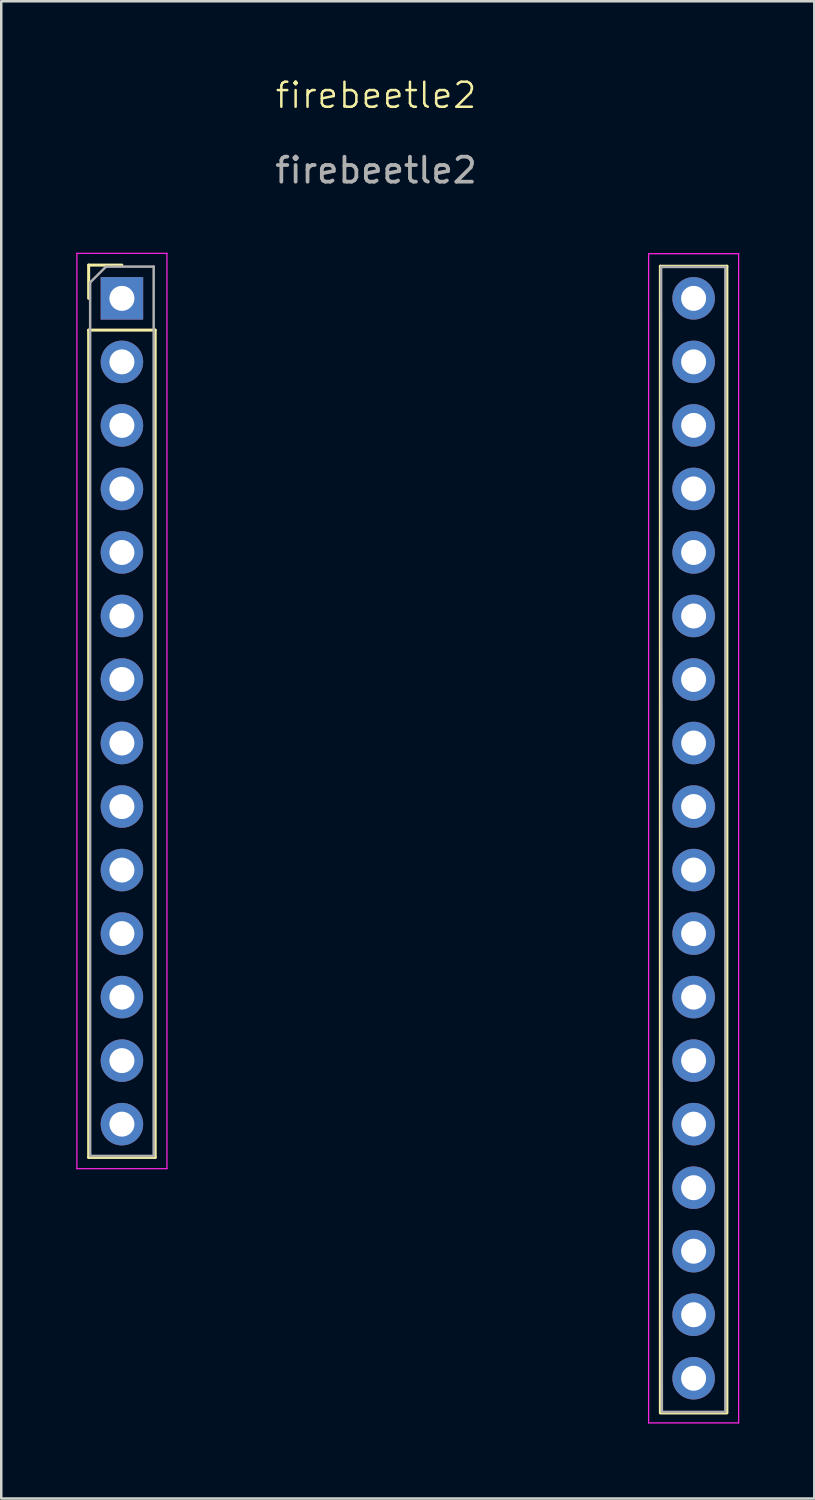
<source format=kicad_pcb>
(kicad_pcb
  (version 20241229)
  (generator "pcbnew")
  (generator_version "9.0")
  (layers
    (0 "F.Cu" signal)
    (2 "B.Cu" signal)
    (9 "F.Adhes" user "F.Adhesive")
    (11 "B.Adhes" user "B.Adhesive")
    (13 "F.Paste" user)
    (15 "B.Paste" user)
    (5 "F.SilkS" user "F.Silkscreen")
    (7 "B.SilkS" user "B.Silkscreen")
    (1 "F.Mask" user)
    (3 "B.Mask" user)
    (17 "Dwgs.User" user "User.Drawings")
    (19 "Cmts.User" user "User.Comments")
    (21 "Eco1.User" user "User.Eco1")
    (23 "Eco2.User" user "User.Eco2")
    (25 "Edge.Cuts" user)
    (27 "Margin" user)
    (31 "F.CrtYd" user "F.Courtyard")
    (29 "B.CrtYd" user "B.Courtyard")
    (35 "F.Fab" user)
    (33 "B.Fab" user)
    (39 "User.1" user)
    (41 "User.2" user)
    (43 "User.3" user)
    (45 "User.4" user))
  (footprint "firebeetle2"
    (layer "F.Cu")
    (at 11.985 1.26)
    (property "Reference" "firebeetle2" (at 0 -0.5 0) (unlocked yes) (layer "F.SilkS") (effects (font (size 1 1) (thickness 0.1))))
    (attr through_hole)
    (fp_line (start -11.49 6.29) (end -10.16 6.29) (stroke (width 0.12) (type solid)) (layer "F.SilkS"))
    (fp_line (start -11.49 7.62) (end -11.49 6.29) (stroke (width 0.12) (type solid)) (layer "F.SilkS"))
    (fp_line (start -11.49 8.89) (end -11.49 41.97) (stroke (width 0.12) (type solid)) (layer "F.SilkS"))
    (fp_line (start -11.49 8.89) (end -8.83 8.89) (stroke (width 0.12) (type solid)) (layer "F.SilkS"))
    (fp_line (start -11.49 41.97) (end -8.83 41.97) (stroke (width 0.12) (type solid)) (layer "F.SilkS"))
    (fp_line (start -8.83 8.89) (end -8.83 41.97) (stroke (width 0.12) (type solid)) (layer "F.SilkS"))
    (fp_line (start 11.37 6.335) (end 11.37 52.145) (stroke (width 0.12) (type solid)) (layer "F.SilkS"))
    (fp_line (start 11.37 6.335) (end 14.03 6.335) (stroke (width 0.12) (type solid)) (layer "F.SilkS"))
    (fp_line (start 11.37 52.187) (end 14.03 52.187) (stroke (width 0.12) (type solid)) (layer "F.SilkS"))
    (fp_line (start 14.03 6.335) (end 14.03 52.145) (stroke (width 0.12) (type solid)) (layer "F.SilkS"))
    (fp_line (start -11.96 5.82) (end -11.96 42.42) (stroke (width 0.05) (type solid)) (layer "F.CrtYd"))
    (fp_line (start -11.96 42.42) (end -8.36 42.42) (stroke (width 0.05) (type solid)) (layer "F.CrtYd"))
    (fp_line (start -8.36 5.82) (end -11.96 5.82) (stroke (width 0.05) (type solid)) (layer "F.CrtYd"))
    (fp_line (start -8.36 42.42) (end -8.36 5.82) (stroke (width 0.05) (type solid)) (layer "F.CrtYd"))
    (fp_line (start 10.9 5.835) (end 10.9 52.585) (stroke (width 0.05) (type solid)) (layer "F.CrtYd"))
    (fp_line (start 10.9 52.585) (end 14.5 52.585) (stroke (width 0.05) (type solid)) (layer "F.CrtYd"))
    (fp_line (start 14.5 5.835) (end 10.9 5.835) (stroke (width 0.05) (type solid)) (layer "F.CrtYd"))
    (fp_line (start 14.5 52.585) (end 14.5 5.835) (stroke (width 0.05) (type solid)) (layer "F.CrtYd"))
    (fp_line (start -11.43 6.985) (end -10.795 6.35) (stroke (width 0.1) (type solid)) (layer "F.Fab"))
    (fp_line (start -11.43 41.91) (end -11.43 6.985) (stroke (width 0.1) (type solid)) (layer "F.Fab"))
    (fp_line (start -10.795 6.35) (end -8.89 6.35) (stroke (width 0.1) (type solid)) (layer "F.Fab"))
    (fp_line (start -8.89 6.35) (end -8.89 41.91) (stroke (width 0.1) (type solid)) (layer "F.Fab"))
    (fp_line (start -8.89 41.91) (end -11.43 41.91) (stroke (width 0.1) (type solid)) (layer "F.Fab"))
    (fp_line (start 11.4 6.365) (end 13.97 6.365) (stroke (width 0.1) (type solid)) (layer "F.Fab"))
    (fp_line (start 11.43 52.085) (end 11.4 6.365) (stroke (width 0.1) (type solid)) (layer "F.Fab"))
    (fp_line (start 13.97 6.365) (end 13.97 52.085) (stroke (width 0.1) (type solid)) (layer "F.Fab"))
    (fp_line (start 13.97 52.145) (end 11.43 52.145) (stroke (width 0.1) (type solid)) (layer "F.Fab"))
    (fp_text user "${REFERENCE}" (at 0 2.5 0) (unlocked yes) (layer "F.Fab") (effects (font (size 1 1) (thickness 0.15))))
    (pad "1" thru_hole rect (at -10.16 7.62) (size 1.7 1.7) (drill 1) (layers "*.Cu" "*.Mask"))
    (pad "2" thru_hole oval (at -10.16 10.16) (size 1.7 1.7) (drill 1) (layers "*.Cu" "*.Mask"))
    (pad "3" thru_hole oval (at -10.16 12.7) (size 1.7 1.7) (drill 1) (layers "*.Cu" "*.Mask"))
    (pad "4" thru_hole oval (at -10.16 15.24) (size 1.7 1.7) (drill 1) (layers "*.Cu" "*.Mask"))
    (pad "5" thru_hole oval (at -10.16 17.78) (size 1.7 1.7) (drill 1) (layers "*.Cu" "*.Mask"))
    (pad "6" thru_hole oval (at -10.16 20.32) (size 1.7 1.7) (drill 1) (layers "*.Cu" "*.Mask"))
    (pad "7" thru_hole oval (at -10.16 22.86) (size 1.7 1.7) (drill 1) (layers "*.Cu" "*.Mask"))
    (pad "8" thru_hole oval (at -10.16 25.4) (size 1.7 1.7) (drill 1) (layers "*.Cu" "*.Mask"))
    (pad "9" thru_hole oval (at -10.16 27.94) (size 1.7 1.7) (drill 1) (layers "*.Cu" "*.Mask"))
    (pad "10" thru_hole oval (at -10.16 30.48) (size 1.7 1.7) (drill 1) (layers "*.Cu" "*.Mask"))
    (pad "11" thru_hole oval (at -10.16 33.02) (size 1.7 1.7) (drill 1) (layers "*.Cu" "*.Mask"))
    (pad "12" thru_hole oval (at -10.16 35.56) (size 1.7 1.7) (drill 1) (layers "*.Cu" "*.Mask"))
    (pad "13" thru_hole oval (at -10.16 38.1) (size 1.7 1.7) (drill 1) (layers "*.Cu" "*.Mask"))
    (pad "14" thru_hole oval (at -10.16 40.64) (size 1.7 1.7) (drill 1) (layers "*.Cu" "*.Mask"))
    (pad "15" thru_hole oval (at 12.7 7.62) (size 1.7 1.7) (drill 1) (layers "*.Cu" "*.Mask"))
    (pad "16" thru_hole oval (at 12.7 10.16) (size 1.7 1.7) (drill 1) (layers "*.Cu" "*.Mask"))
    (pad "17" thru_hole oval (at 12.7 12.7) (size 1.7 1.7) (drill 1) (layers "*.Cu" "*.Mask"))
    (pad "18" thru_hole oval (at 12.7 15.24) (size 1.7 1.7) (drill 1) (layers "*.Cu" "*.Mask"))
    (pad "19" thru_hole oval (at 12.7 17.78) (size 1.7 1.7) (drill 1) (layers "*.Cu" "*.Mask"))
    (pad "20" thru_hole oval (at 12.7 20.32) (size 1.7 1.7) (drill 1) (layers "*.Cu" "*.Mask"))
    (pad "21" thru_hole oval (at 12.7 22.86) (size 1.7 1.7) (drill 1) (layers "*.Cu" "*.Mask"))
    (pad "22" thru_hole oval (at 12.7 25.4) (size 1.7 1.7) (drill 1) (layers "*.Cu" "*.Mask"))
    (pad "23" thru_hole oval (at 12.7 27.94) (size 1.7 1.7) (drill 1) (layers "*.Cu" "*.Mask"))
    (pad "24" thru_hole oval (at 12.7 30.48) (size 1.7 1.7) (drill 1) (layers "*.Cu" "*.Mask"))
    (pad "25" thru_hole oval (at 12.7 33.02) (size 1.7 1.7) (drill 1) (layers "*.Cu" "*.Mask"))
    (pad "26" thru_hole oval (at 12.7 35.56) (size 1.7 1.7) (drill 1) (layers "*.Cu" "*.Mask"))
    (pad "27" thru_hole oval (at 12.7 38.1) (size 1.7 1.7) (drill 1) (layers "*.Cu" "*.Mask"))
    (pad "28" thru_hole oval (at 12.7 40.64) (size 1.7 1.7) (drill 1) (layers "*.Cu" "*.Mask"))
    (pad "29" thru_hole oval (at 12.7 43.18) (size 1.7 1.7) (drill 1) (layers "*.Cu" "*.Mask"))
    (pad "30" thru_hole oval (at 12.7 45.72) (size 1.7 1.7) (drill 1) (layers "*.Cu" "*.Mask"))
    (pad "31" thru_hole oval (at 12.7 48.26) (size 1.7 1.7) (drill 1) (layers "*.Cu" "*.Mask"))
    (pad "32" thru_hole oval (at 12.7 50.8) (size 1.7 1.7) (drill 1) (layers "*.Cu" "*.Mask")))
  (gr_rect
    (start -3 -3)
    (end 29.51 56.87)
    (stroke (width 0.1) (type default))
    (fill no)
    (layer "Edge.Cuts")))
</source>
